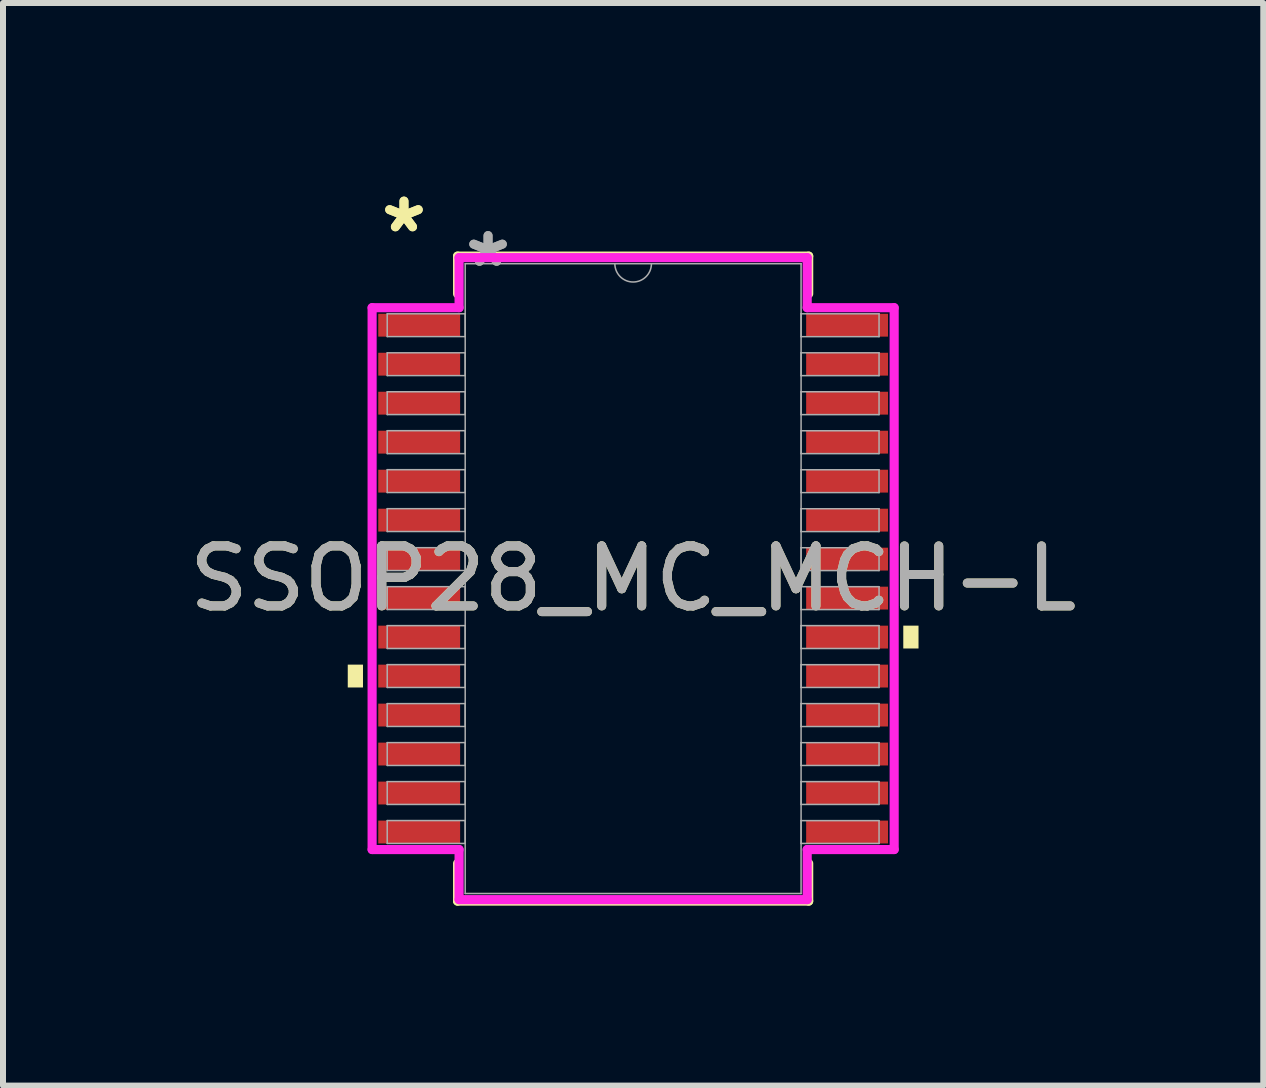
<source format=kicad_pcb>
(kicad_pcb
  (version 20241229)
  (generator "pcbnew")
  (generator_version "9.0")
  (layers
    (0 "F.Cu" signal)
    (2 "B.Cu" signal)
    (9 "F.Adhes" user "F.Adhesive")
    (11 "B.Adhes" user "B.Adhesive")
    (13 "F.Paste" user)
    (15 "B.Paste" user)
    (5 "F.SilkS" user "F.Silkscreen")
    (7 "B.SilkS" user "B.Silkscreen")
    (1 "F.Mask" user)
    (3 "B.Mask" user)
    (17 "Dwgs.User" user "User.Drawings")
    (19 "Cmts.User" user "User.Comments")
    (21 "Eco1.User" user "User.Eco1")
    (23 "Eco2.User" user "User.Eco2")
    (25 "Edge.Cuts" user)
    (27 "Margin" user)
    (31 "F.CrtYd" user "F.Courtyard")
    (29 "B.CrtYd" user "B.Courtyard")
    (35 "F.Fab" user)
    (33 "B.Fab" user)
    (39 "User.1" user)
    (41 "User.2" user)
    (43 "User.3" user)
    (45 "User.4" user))
  (footprint "SSOP28_MC_MCH-L"
    (layer "F.Cu")
    (at 7.506 6.597)
    (property "Reference" "SSOP28_MC_MCH-L" (at 0 0 0) (unlocked yes) (layer "F.SilkS") (effects (font (size 1 1) (thickness 0.15))))
    (attr smd)
    (fp_line (start -2.927 -5.377) (end -2.927 -4.748) (stroke (width 0.152) (type solid)) (layer "F.SilkS"))
    (fp_line (start -2.927 4.748) (end -2.927 5.377) (stroke (width 0.152) (type solid)) (layer "F.SilkS"))
    (fp_line (start -2.927 5.377) (end 2.927 5.377) (stroke (width 0.152) (type solid)) (layer "F.SilkS"))
    (fp_line (start 2.927 -5.377) (end -2.927 -5.377) (stroke (width 0.152) (type solid)) (layer "F.SilkS"))
    (fp_line (start 2.927 -4.748) (end 2.927 -5.377) (stroke (width 0.152) (type solid)) (layer "F.SilkS"))
    (fp_line (start 2.927 5.377) (end 2.927 4.748) (stroke (width 0.152) (type solid)) (layer "F.SilkS"))
    (fp_poly (pts (xy -4.758 1.434) (xy -4.758 1.815) (xy -4.504 1.815) (xy -4.504 1.434)) (stroke (width 0) (type solid)) (fill yes) (layer "F.SilkS"))
    (fp_poly (pts (xy 4.758 0.784) (xy 4.758 1.165) (xy 4.504 1.165) (xy 4.504 0.784)) (stroke (width 0) (type solid)) (fill yes) (layer "F.SilkS"))
    (fp_line (start -4.352 -4.517) (end -2.902 -4.517) (stroke (width 0.152) (type solid)) (layer "F.CrtYd"))
    (fp_line (start -4.352 4.517) (end -4.352 -4.517) (stroke (width 0.152) (type solid)) (layer "F.CrtYd"))
    (fp_line (start -4.352 4.517) (end -2.902 4.517) (stroke (width 0.152) (type solid)) (layer "F.CrtYd"))
    (fp_line (start -2.902 -5.352) (end 2.902 -5.352) (stroke (width 0.152) (type solid)) (layer "F.CrtYd"))
    (fp_line (start -2.902 -4.517) (end -2.902 -5.352) (stroke (width 0.152) (type solid)) (layer "F.CrtYd"))
    (fp_line (start -2.902 5.352) (end -2.902 4.517) (stroke (width 0.152) (type solid)) (layer "F.CrtYd"))
    (fp_line (start 2.902 -5.352) (end 2.902 -4.517) (stroke (width 0.152) (type solid)) (layer "F.CrtYd"))
    (fp_line (start 2.902 4.517) (end 2.902 5.352) (stroke (width 0.152) (type solid)) (layer "F.CrtYd"))
    (fp_line (start 2.902 5.352) (end -2.902 5.352) (stroke (width 0.152) (type solid)) (layer "F.CrtYd"))
    (fp_line (start 4.352 -4.517) (end 2.902 -4.517) (stroke (width 0.152) (type solid)) (layer "F.CrtYd"))
    (fp_line (start 4.352 -4.517) (end 4.352 4.517) (stroke (width 0.152) (type solid)) (layer "F.CrtYd"))
    (fp_line (start 4.352 4.517) (end 2.902 4.517) (stroke (width 0.152) (type solid)) (layer "F.CrtYd"))
    (fp_line (start -4.1 -4.415) (end -4.1 -4.035) (stroke (width 0.025) (type solid)) (layer "F.Fab"))
    (fp_line (start -4.1 -4.035) (end -2.8 -4.035) (stroke (width 0.025) (type solid)) (layer "F.Fab"))
    (fp_line (start -4.1 -3.765) (end -4.1 -3.385) (stroke (width 0.025) (type solid)) (layer "F.Fab"))
    (fp_line (start -4.1 -3.385) (end -2.8 -3.385) (stroke (width 0.025) (type solid)) (layer "F.Fab"))
    (fp_line (start -4.1 -3.115) (end -4.1 -2.735) (stroke (width 0.025) (type solid)) (layer "F.Fab"))
    (fp_line (start -4.1 -2.735) (end -2.8 -2.735) (stroke (width 0.025) (type solid)) (layer "F.Fab"))
    (fp_line (start -4.1 -2.466) (end -4.1 -2.084) (stroke (width 0.025) (type solid)) (layer "F.Fab"))
    (fp_line (start -4.1 -2.084) (end -2.8 -2.084) (stroke (width 0.025) (type solid)) (layer "F.Fab"))
    (fp_line (start -4.1 -1.816) (end -4.1 -1.435) (stroke (width 0.025) (type solid)) (layer "F.Fab"))
    (fp_line (start -4.1 -1.435) (end -2.8 -1.435) (stroke (width 0.025) (type solid)) (layer "F.Fab"))
    (fp_line (start -4.1 -1.166) (end -4.1 -0.785) (stroke (width 0.025) (type solid)) (layer "F.Fab"))
    (fp_line (start -4.1 -0.785) (end -2.8 -0.785) (stroke (width 0.025) (type solid)) (layer "F.Fab"))
    (fp_line (start -4.1 -0.516) (end -4.1 -0.135) (stroke (width 0.025) (type solid)) (layer "F.Fab"))
    (fp_line (start -4.1 -0.135) (end -2.8 -0.135) (stroke (width 0.025) (type solid)) (layer "F.Fab"))
    (fp_line (start -4.1 0.134) (end -4.1 0.515) (stroke (width 0.025) (type solid)) (layer "F.Fab"))
    (fp_line (start -4.1 0.515) (end -2.8 0.515) (stroke (width 0.025) (type solid)) (layer "F.Fab"))
    (fp_line (start -4.1 0.784) (end -4.1 1.165) (stroke (width 0.025) (type solid)) (layer "F.Fab"))
    (fp_line (start -4.1 1.165) (end -2.8 1.165) (stroke (width 0.025) (type solid)) (layer "F.Fab"))
    (fp_line (start -4.1 1.434) (end -4.1 1.815) (stroke (width 0.025) (type solid)) (layer "F.Fab"))
    (fp_line (start -4.1 1.815) (end -2.8 1.815) (stroke (width 0.025) (type solid)) (layer "F.Fab"))
    (fp_line (start -4.1 2.084) (end -4.1 2.465) (stroke (width 0.025) (type solid)) (layer "F.Fab"))
    (fp_line (start -4.1 2.465) (end -2.8 2.465) (stroke (width 0.025) (type solid)) (layer "F.Fab"))
    (fp_line (start -4.1 2.734) (end -4.1 3.115) (stroke (width 0.025) (type solid)) (layer "F.Fab"))
    (fp_line (start -4.1 3.115) (end -2.8 3.115) (stroke (width 0.025) (type solid)) (layer "F.Fab"))
    (fp_line (start -4.1 3.384) (end -4.1 3.765) (stroke (width 0.025) (type solid)) (layer "F.Fab"))
    (fp_line (start -4.1 3.765) (end -2.8 3.765) (stroke (width 0.025) (type solid)) (layer "F.Fab"))
    (fp_line (start -4.1 4.034) (end -4.1 4.415) (stroke (width 0.025) (type solid)) (layer "F.Fab"))
    (fp_line (start -4.1 4.415) (end -2.8 4.415) (stroke (width 0.025) (type solid)) (layer "F.Fab"))
    (fp_line (start -2.8 -5.25) (end -2.8 5.25) (stroke (width 0.025) (type solid)) (layer "F.Fab"))
    (fp_line (start -2.8 -4.415) (end -4.1 -4.415) (stroke (width 0.025) (type solid)) (layer "F.Fab"))
    (fp_line (start -2.8 -4.035) (end -2.8 -4.415) (stroke (width 0.025) (type solid)) (layer "F.Fab"))
    (fp_line (start -2.8 -3.765) (end -4.1 -3.765) (stroke (width 0.025) (type solid)) (layer "F.Fab"))
    (fp_line (start -2.8 -3.385) (end -2.8 -3.765) (stroke (width 0.025) (type solid)) (layer "F.Fab"))
    (fp_line (start -2.8 -3.115) (end -4.1 -3.115) (stroke (width 0.025) (type solid)) (layer "F.Fab"))
    (fp_line (start -2.8 -2.735) (end -2.8 -3.115) (stroke (width 0.025) (type solid)) (layer "F.Fab"))
    (fp_line (start -2.8 -2.466) (end -4.1 -2.466) (stroke (width 0.025) (type solid)) (layer "F.Fab"))
    (fp_line (start -2.8 -2.084) (end -2.8 -2.466) (stroke (width 0.025) (type solid)) (layer "F.Fab"))
    (fp_line (start -2.8 -1.816) (end -4.1 -1.816) (stroke (width 0.025) (type solid)) (layer "F.Fab"))
    (fp_line (start -2.8 -1.435) (end -2.8 -1.816) (stroke (width 0.025) (type solid)) (layer "F.Fab"))
    (fp_line (start -2.8 -1.166) (end -4.1 -1.166) (stroke (width 0.025) (type solid)) (layer "F.Fab"))
    (fp_line (start -2.8 -0.785) (end -2.8 -1.166) (stroke (width 0.025) (type solid)) (layer "F.Fab"))
    (fp_line (start -2.8 -0.516) (end -4.1 -0.516) (stroke (width 0.025) (type solid)) (layer "F.Fab"))
    (fp_line (start -2.8 -0.135) (end -2.8 -0.516) (stroke (width 0.025) (type solid)) (layer "F.Fab"))
    (fp_line (start -2.8 0.134) (end -4.1 0.134) (stroke (width 0.025) (type solid)) (layer "F.Fab"))
    (fp_line (start -2.8 0.515) (end -2.8 0.134) (stroke (width 0.025) (type solid)) (layer "F.Fab"))
    (fp_line (start -2.8 0.784) (end -4.1 0.784) (stroke (width 0.025) (type solid)) (layer "F.Fab"))
    (fp_line (start -2.8 1.165) (end -2.8 0.784) (stroke (width 0.025) (type solid)) (layer "F.Fab"))
    (fp_line (start -2.8 1.434) (end -4.1 1.434) (stroke (width 0.025) (type solid)) (layer "F.Fab"))
    (fp_line (start -2.8 1.815) (end -2.8 1.434) (stroke (width 0.025) (type solid)) (layer "F.Fab"))
    (fp_line (start -2.8 2.084) (end -4.1 2.084) (stroke (width 0.025) (type solid)) (layer "F.Fab"))
    (fp_line (start -2.8 2.465) (end -2.8 2.084) (stroke (width 0.025) (type solid)) (layer "F.Fab"))
    (fp_line (start -2.8 2.734) (end -4.1 2.734) (stroke (width 0.025) (type solid)) (layer "F.Fab"))
    (fp_line (start -2.8 3.115) (end -2.8 2.734) (stroke (width 0.025) (type solid)) (layer "F.Fab"))
    (fp_line (start -2.8 3.384) (end -4.1 3.384) (stroke (width 0.025) (type solid)) (layer "F.Fab"))
    (fp_line (start -2.8 3.765) (end -2.8 3.384) (stroke (width 0.025) (type solid)) (layer "F.Fab"))
    (fp_line (start -2.8 4.034) (end -4.1 4.034) (stroke (width 0.025) (type solid)) (layer "F.Fab"))
    (fp_line (start -2.8 4.415) (end -2.8 4.034) (stroke (width 0.025) (type solid)) (layer "F.Fab"))
    (fp_line (start -2.8 5.25) (end 2.8 5.25) (stroke (width 0.025) (type solid)) (layer "F.Fab"))
    (fp_line (start 2.8 -5.25) (end -2.8 -5.25) (stroke (width 0.025) (type solid)) (layer "F.Fab"))
    (fp_line (start 2.8 -4.415) (end 2.8 -4.034) (stroke (width 0.025) (type solid)) (layer "F.Fab"))
    (fp_line (start 2.8 -4.034) (end 4.1 -4.034) (stroke (width 0.025) (type solid)) (layer "F.Fab"))
    (fp_line (start 2.8 -3.765) (end 2.8 -3.384) (stroke (width 0.025) (type solid)) (layer "F.Fab"))
    (fp_line (start 2.8 -3.384) (end 4.1 -3.384) (stroke (width 0.025) (type solid)) (layer "F.Fab"))
    (fp_line (start 2.8 -3.115) (end 2.8 -2.734) (stroke (width 0.025) (type solid)) (layer "F.Fab"))
    (fp_line (start 2.8 -2.734) (end 4.1 -2.734) (stroke (width 0.025) (type solid)) (layer "F.Fab"))
    (fp_line (start 2.8 -2.465) (end 2.8 -2.084) (stroke (width 0.025) (type solid)) (layer "F.Fab"))
    (fp_line (start 2.8 -2.084) (end 4.1 -2.084) (stroke (width 0.025) (type solid)) (layer "F.Fab"))
    (fp_line (start 2.8 -1.815) (end 2.8 -1.434) (stroke (width 0.025) (type solid)) (layer "F.Fab"))
    (fp_line (start 2.8 -1.434) (end 4.1 -1.434) (stroke (width 0.025) (type solid)) (layer "F.Fab"))
    (fp_line (start 2.8 -1.165) (end 2.8 -0.784) (stroke (width 0.025) (type solid)) (layer "F.Fab"))
    (fp_line (start 2.8 -0.784) (end 4.1 -0.784) (stroke (width 0.025) (type solid)) (layer "F.Fab"))
    (fp_line (start 2.8 -0.515) (end 2.8 -0.134) (stroke (width 0.025) (type solid)) (layer "F.Fab"))
    (fp_line (start 2.8 -0.134) (end 4.1 -0.134) (stroke (width 0.025) (type solid)) (layer "F.Fab"))
    (fp_line (start 2.8 0.135) (end 2.8 0.516) (stroke (width 0.025) (type solid)) (layer "F.Fab"))
    (fp_line (start 2.8 0.516) (end 4.1 0.516) (stroke (width 0.025) (type solid)) (layer "F.Fab"))
    (fp_line (start 2.8 0.784) (end 2.8 1.165) (stroke (width 0.025) (type solid)) (layer "F.Fab"))
    (fp_line (start 2.8 1.165) (end 4.1 1.165) (stroke (width 0.025) (type solid)) (layer "F.Fab"))
    (fp_line (start 2.8 1.435) (end 2.8 1.815) (stroke (width 0.025) (type solid)) (layer "F.Fab"))
    (fp_line (start 2.8 1.815) (end 4.1 1.815) (stroke (width 0.025) (type solid)) (layer "F.Fab"))
    (fp_line (start 2.8 2.084) (end 2.8 2.466) (stroke (width 0.025) (type solid)) (layer "F.Fab"))
    (fp_line (start 2.8 2.466) (end 4.1 2.466) (stroke (width 0.025) (type solid)) (layer "F.Fab"))
    (fp_line (start 2.8 2.735) (end 2.8 3.115) (stroke (width 0.025) (type solid)) (layer "F.Fab"))
    (fp_line (start 2.8 3.115) (end 4.1 3.115) (stroke (width 0.025) (type solid)) (layer "F.Fab"))
    (fp_line (start 2.8 3.385) (end 2.8 3.765) (stroke (width 0.025) (type solid)) (layer "F.Fab"))
    (fp_line (start 2.8 3.765) (end 4.1 3.765) (stroke (width 0.025) (type solid)) (layer "F.Fab"))
    (fp_line (start 2.8 4.035) (end 2.8 4.415) (stroke (width 0.025) (type solid)) (layer "F.Fab"))
    (fp_line (start 2.8 4.415) (end 4.1 4.415) (stroke (width 0.025) (type solid)) (layer "F.Fab"))
    (fp_line (start 2.8 5.25) (end 2.8 -5.25) (stroke (width 0.025) (type solid)) (layer "F.Fab"))
    (fp_line (start 4.1 -4.415) (end 2.8 -4.415) (stroke (width 0.025) (type solid)) (layer "F.Fab"))
    (fp_line (start 4.1 -4.034) (end 4.1 -4.415) (stroke (width 0.025) (type solid)) (layer "F.Fab"))
    (fp_line (start 4.1 -3.765) (end 2.8 -3.765) (stroke (width 0.025) (type solid)) (layer "F.Fab"))
    (fp_line (start 4.1 -3.384) (end 4.1 -3.765) (stroke (width 0.025) (type solid)) (layer "F.Fab"))
    (fp_line (start 4.1 -3.115) (end 2.8 -3.115) (stroke (width 0.025) (type solid)) (layer "F.Fab"))
    (fp_line (start 4.1 -2.734) (end 4.1 -3.115) (stroke (width 0.025) (type solid)) (layer "F.Fab"))
    (fp_line (start 4.1 -2.465) (end 2.8 -2.465) (stroke (width 0.025) (type solid)) (layer "F.Fab"))
    (fp_line (start 4.1 -2.084) (end 4.1 -2.465) (stroke (width 0.025) (type solid)) (layer "F.Fab"))
    (fp_line (start 4.1 -1.815) (end 2.8 -1.815) (stroke (width 0.025) (type solid)) (layer "F.Fab"))
    (fp_line (start 4.1 -1.434) (end 4.1 -1.815) (stroke (width 0.025) (type solid)) (layer "F.Fab"))
    (fp_line (start 4.1 -1.165) (end 2.8 -1.165) (stroke (width 0.025) (type solid)) (layer "F.Fab"))
    (fp_line (start 4.1 -0.784) (end 4.1 -1.165) (stroke (width 0.025) (type solid)) (layer "F.Fab"))
    (fp_line (start 4.1 -0.515) (end 2.8 -0.515) (stroke (width 0.025) (type solid)) (layer "F.Fab"))
    (fp_line (start 4.1 -0.134) (end 4.1 -0.515) (stroke (width 0.025) (type solid)) (layer "F.Fab"))
    (fp_line (start 4.1 0.135) (end 2.8 0.135) (stroke (width 0.025) (type solid)) (layer "F.Fab"))
    (fp_line (start 4.1 0.516) (end 4.1 0.135) (stroke (width 0.025) (type solid)) (layer "F.Fab"))
    (fp_line (start 4.1 0.784) (end 2.8 0.784) (stroke (width 0.025) (type solid)) (layer "F.Fab"))
    (fp_line (start 4.1 1.165) (end 4.1 0.784) (stroke (width 0.025) (type solid)) (layer "F.Fab"))
    (fp_line (start 4.1 1.435) (end 2.8 1.435) (stroke (width 0.025) (type solid)) (layer "F.Fab"))
    (fp_line (start 4.1 1.815) (end 4.1 1.435) (stroke (width 0.025) (type solid)) (layer "F.Fab"))
    (fp_line (start 4.1 2.084) (end 2.8 2.084) (stroke (width 0.025) (type solid)) (layer "F.Fab"))
    (fp_line (start 4.1 2.466) (end 4.1 2.084) (stroke (width 0.025) (type solid)) (layer "F.Fab"))
    (fp_line (start 4.1 2.735) (end 2.8 2.735) (stroke (width 0.025) (type solid)) (layer "F.Fab"))
    (fp_line (start 4.1 3.115) (end 4.1 2.735) (stroke (width 0.025) (type solid)) (layer "F.Fab"))
    (fp_line (start 4.1 3.385) (end 2.8 3.385) (stroke (width 0.025) (type solid)) (layer "F.Fab"))
    (fp_line (start 4.1 3.765) (end 4.1 3.385) (stroke (width 0.025) (type solid)) (layer "F.Fab"))
    (fp_line (start 4.1 4.035) (end 2.8 4.035) (stroke (width 0.025) (type solid)) (layer "F.Fab"))
    (fp_line (start 4.1 4.415) (end 4.1 4.035) (stroke (width 0.025) (type solid)) (layer "F.Fab"))
    (fp_arc (start 0.3048 -5.25) (mid 0 -4.9452) (end -0.3048 -5.25) (stroke (width 0.0254) (type solid)) (layer "F.Fab"))
    (fp_text user "*" (at -3.821 -5.749 0) (layer "F.SilkS") (effects (font (size 1 1) (thickness 0.15))))
    (fp_text user "*" (at -3.821 -5.749 0) (unlocked yes) (layer "F.SilkS") (effects (font (size 1 1) (thickness 0.15))))
    (fp_text user "*" (at -2.419 -5.174 0) (unlocked yes) (layer "F.Fab") (effects (font (size 1 1) (thickness 0.15))))
    (fp_text user "*" (at -2.419 -5.174 0) (layer "F.Fab") (effects (font (size 1 1) (thickness 0.15))))
    (fp_text user "${REFERENCE}" (at 0 0 0) (unlocked yes) (layer "F.Fab") (effects (font (size 1 1) (thickness 0.15))))
    (pad "1" smd rect (at -3.567 -4.225) (size 1.365 0.381) (layers "F.Cu" "F.Mask" "F.Paste"))
    (pad "2" smd rect (at -3.567 -3.575) (size 1.365 0.381) (layers "F.Cu" "F.Mask" "F.Paste"))
    (pad "3" smd rect (at -3.567 -2.925) (size 1.365 0.381) (layers "F.Cu" "F.Mask" "F.Paste"))
    (pad "4" smd rect (at -3.567 -2.275) (size 1.365 0.381) (layers "F.Cu" "F.Mask" "F.Paste"))
    (pad "5" smd rect (at -3.567 -1.625) (size 1.365 0.381) (layers "F.Cu" "F.Mask" "F.Paste"))
    (pad "6" smd rect (at -3.567 -0.975) (size 1.365 0.381) (layers "F.Cu" "F.Mask" "F.Paste"))
    (pad "7" smd rect (at -3.567 -0.325) (size 1.365 0.381) (layers "F.Cu" "F.Mask" "F.Paste"))
    (pad "8" smd rect (at -3.567 0.325) (size 1.365 0.381) (layers "F.Cu" "F.Mask" "F.Paste"))
    (pad "9" smd rect (at -3.567 0.975) (size 1.365 0.381) (layers "F.Cu" "F.Mask" "F.Paste"))
    (pad "10" smd rect (at -3.567 1.625) (size 1.365 0.381) (layers "F.Cu" "F.Mask" "F.Paste"))
    (pad "11" smd rect (at -3.567 2.275) (size 1.365 0.381) (layers "F.Cu" "F.Mask" "F.Paste"))
    (pad "12" smd rect (at -3.567 2.925) (size 1.365 0.381) (layers "F.Cu" "F.Mask" "F.Paste"))
    (pad "13" smd rect (at -3.567 3.575) (size 1.365 0.381) (layers "F.Cu" "F.Mask" "F.Paste"))
    (pad "14" smd rect (at -3.567 4.225) (size 1.365 0.381) (layers "F.Cu" "F.Mask" "F.Paste"))
    (pad "15" smd rect (at 3.567 4.225) (size 1.365 0.381) (layers "F.Cu" "F.Mask" "F.Paste"))
    (pad "16" smd rect (at 3.567 3.575) (size 1.365 0.381) (layers "F.Cu" "F.Mask" "F.Paste"))
    (pad "17" smd rect (at 3.567 2.925) (size 1.365 0.381) (layers "F.Cu" "F.Mask" "F.Paste"))
    (pad "18" smd rect (at 3.567 2.275) (size 1.365 0.381) (layers "F.Cu" "F.Mask" "F.Paste"))
    (pad "19" smd rect (at 3.567 1.625) (size 1.365 0.381) (layers "F.Cu" "F.Mask" "F.Paste"))
    (pad "20" smd rect (at 3.567 0.975) (size 1.365 0.381) (layers "F.Cu" "F.Mask" "F.Paste"))
    (pad "21" smd rect (at 3.567 0.325) (size 1.365 0.381) (layers "F.Cu" "F.Mask" "F.Paste"))
    (pad "22" smd rect (at 3.567 -0.325) (size 1.365 0.381) (layers "F.Cu" "F.Mask" "F.Paste"))
    (pad "23" smd rect (at 3.567 -0.975) (size 1.365 0.381) (layers "F.Cu" "F.Mask" "F.Paste"))
    (pad "24" smd rect (at 3.567 -1.625) (size 1.365 0.381) (layers "F.Cu" "F.Mask" "F.Paste"))
    (pad "25" smd rect (at 3.567 -2.275) (size 1.365 0.381) (layers "F.Cu" "F.Mask" "F.Paste"))
    (pad "26" smd rect (at 3.567 -2.925) (size 1.365 0.381) (layers "F.Cu" "F.Mask" "F.Paste"))
    (pad "27" smd rect (at 3.567 -3.575) (size 1.365 0.381) (layers "F.Cu" "F.Mask" "F.Paste"))
    (pad "28" smd rect (at 3.567 -4.225) (size 1.365 0.381) (layers "F.Cu" "F.Mask" "F.Paste")))
  (gr_rect
    (start -3 -3)
    (end 18.012 15.05)
    (stroke (width 0.1) (type default))
    (fill no)
    (layer "Edge.Cuts")))
</source>
